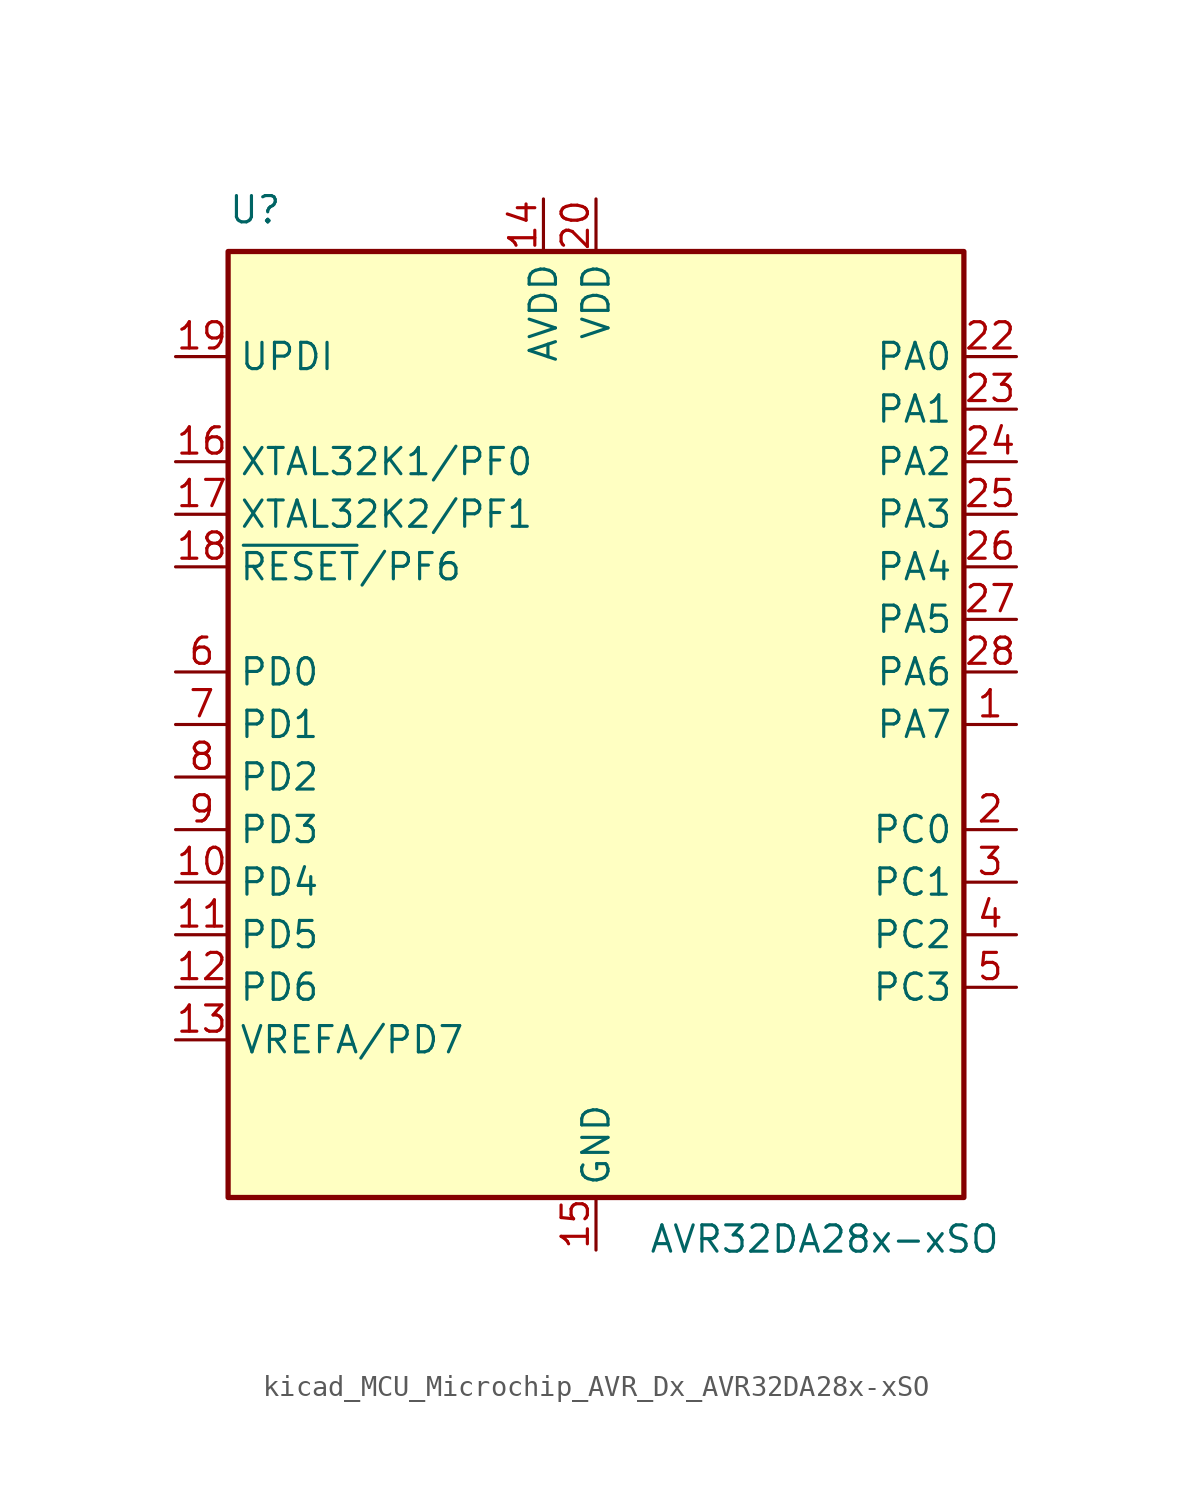
<source format=kicad_sym>
(kicad_symbol_lib
  (version 20220914)
  (generator kicad_symbol_editor)
  (symbol "kicad_MCU_Microchip_AVR_Dx_AVR32DA28x-xSO"
    (property "Reference" "U"
      (at -17.78 24.13 0)
      (effects (font (size 1.27 1.27)) (justify left bottom)))
    (property "Value" "AVR32DA28x-xSO"
      (at 2.54 -24.13 0)
      (effects (font (size 1.27 1.27)) (justify left top)))
    (symbol "kicad_MCU_Microchip_AVR_Dx_AVR32DA28x-xSO_0_1"
      (rectangle (start -17.78 22.86) (end 17.78 -22.86) (stroke (width 0.254) (type default)) (fill (type background))))
    (symbol "kicad_MCU_Microchip_AVR_Dx_AVR32DA28x-xSO_1_1"
      (pin bidirectional line (at 20.32 0 180) (length 2.54) (name "PA7" (effects (font (size 1.27 1.27)))) (number "1" (effects (font (size 1.27 1.27)))))
      (pin bidirectional line (at -20.32 -7.62 0) (length 2.54) (name "PD4" (effects (font (size 1.27 1.27)))) (number "10" (effects (font (size 1.27 1.27)))))
      (pin bidirectional line (at -20.32 -10.16 0) (length 2.54) (name "PD5" (effects (font (size 1.27 1.27)))) (number "11" (effects (font (size 1.27 1.27)))))
      (pin bidirectional line (at -20.32 -12.7 0) (length 2.54) (name "PD6" (effects (font (size 1.27 1.27)))) (number "12" (effects (font (size 1.27 1.27)))))
      (pin bidirectional line (at -20.32 -15.24 0) (length 2.54) (name "VREFA/PD7" (effects (font (size 1.27 1.27)))) (number "13" (effects (font (size 1.27 1.27)))))
      (pin power_in line (at -2.54 25.4 270) (length 2.54) (name "AVDD" (effects (font (size 1.27 1.27)))) (number "14" (effects (font (size 1.27 1.27)))))
      (pin power_in line (at 0 -25.4 90) (length 2.54) (name "GND" (effects (font (size 1.27 1.27)))) (number "15" (effects (font (size 1.27 1.27)))))
      (pin bidirectional line (at -20.32 12.7 0) (length 2.54) (name "XTAL32K1/PF0" (effects (font (size 1.27 1.27)))) (number "16" (effects (font (size 1.27 1.27)))))
      (pin bidirectional line (at -20.32 10.16 0) (length 2.54) (name "XTAL32K2/PF1" (effects (font (size 1.27 1.27)))) (number "17" (effects (font (size 1.27 1.27)))))
      (pin bidirectional line (at -20.32 7.62 0) (length 2.54) (name "~{RESET}/PF6" (effects (font (size 1.27 1.27)))) (number "18" (effects (font (size 1.27 1.27)))))
      (pin input line (at -20.32 17.78 0) (length 2.54) (name "UPDI" (effects (font (size 1.27 1.27)))) (number "19" (effects (font (size 1.27 1.27)))))
      (pin bidirectional line (at 20.32 -5.08 180) (length 2.54) (name "PC0" (effects (font (size 1.27 1.27)))) (number "2" (effects (font (size 1.27 1.27)))))
      (pin power_in line (at 0 25.4 270) (length 2.54) (name "VDD" (effects (font (size 1.27 1.27)))) (number "20" (effects (font (size 1.27 1.27)))))
      (pin passive line (at 0 -25.4 90) (length 2.54) hide (name "GND" (effects (font (size 1.27 1.27)))) (number "21" (effects (font (size 1.27 1.27)))))
      (pin bidirectional line (at 20.32 17.78 180) (length 2.54) (name "PA0" (effects (font (size 1.27 1.27)))) (number "22" (effects (font (size 1.27 1.27)))))
      (pin bidirectional line (at 20.32 15.24 180) (length 2.54) (name "PA1" (effects (font (size 1.27 1.27)))) (number "23" (effects (font (size 1.27 1.27)))))
      (pin bidirectional line (at 20.32 12.7 180) (length 2.54) (name "PA2" (effects (font (size 1.27 1.27)))) (number "24" (effects (font (size 1.27 1.27)))))
      (pin bidirectional line (at 20.32 10.16 180) (length 2.54) (name "PA3" (effects (font (size 1.27 1.27)))) (number "25" (effects (font (size 1.27 1.27)))))
      (pin bidirectional line (at 20.32 7.62 180) (length 2.54) (name "PA4" (effects (font (size 1.27 1.27)))) (number "26" (effects (font (size 1.27 1.27)))))
      (pin bidirectional line (at 20.32 5.08 180) (length 2.54) (name "PA5" (effects (font (size 1.27 1.27)))) (number "27" (effects (font (size 1.27 1.27)))))
      (pin bidirectional line (at 20.32 2.54 180) (length 2.54) (name "PA6" (effects (font (size 1.27 1.27)))) (number "28" (effects (font (size 1.27 1.27)))))
      (pin bidirectional line (at 20.32 -7.62 180) (length 2.54) (name "PC1" (effects (font (size 1.27 1.27)))) (number "3" (effects (font (size 1.27 1.27)))))
      (pin bidirectional line (at 20.32 -10.16 180) (length 2.54) (name "PC2" (effects (font (size 1.27 1.27)))) (number "4" (effects (font (size 1.27 1.27)))))
      (pin bidirectional line (at 20.32 -12.7 180) (length 2.54) (name "PC3" (effects (font (size 1.27 1.27)))) (number "5" (effects (font (size 1.27 1.27)))))
      (pin bidirectional line (at -20.32 2.54 0) (length 2.54) (name "PD0" (effects (font (size 1.27 1.27)))) (number "6" (effects (font (size 1.27 1.27)))))
      (pin bidirectional line (at -20.32 0 0) (length 2.54) (name "PD1" (effects (font (size 1.27 1.27)))) (number "7" (effects (font (size 1.27 1.27)))))
      (pin bidirectional line (at -20.32 -2.54 0) (length 2.54) (name "PD2" (effects (font (size 1.27 1.27)))) (number "8" (effects (font (size 1.27 1.27)))))
      (pin bidirectional line (at -20.32 -5.08 0) (length 2.54) (name "PD3" (effects (font (size 1.27 1.27)))) (number "9" (effects (font (size 1.27 1.27))))))))
</source>
